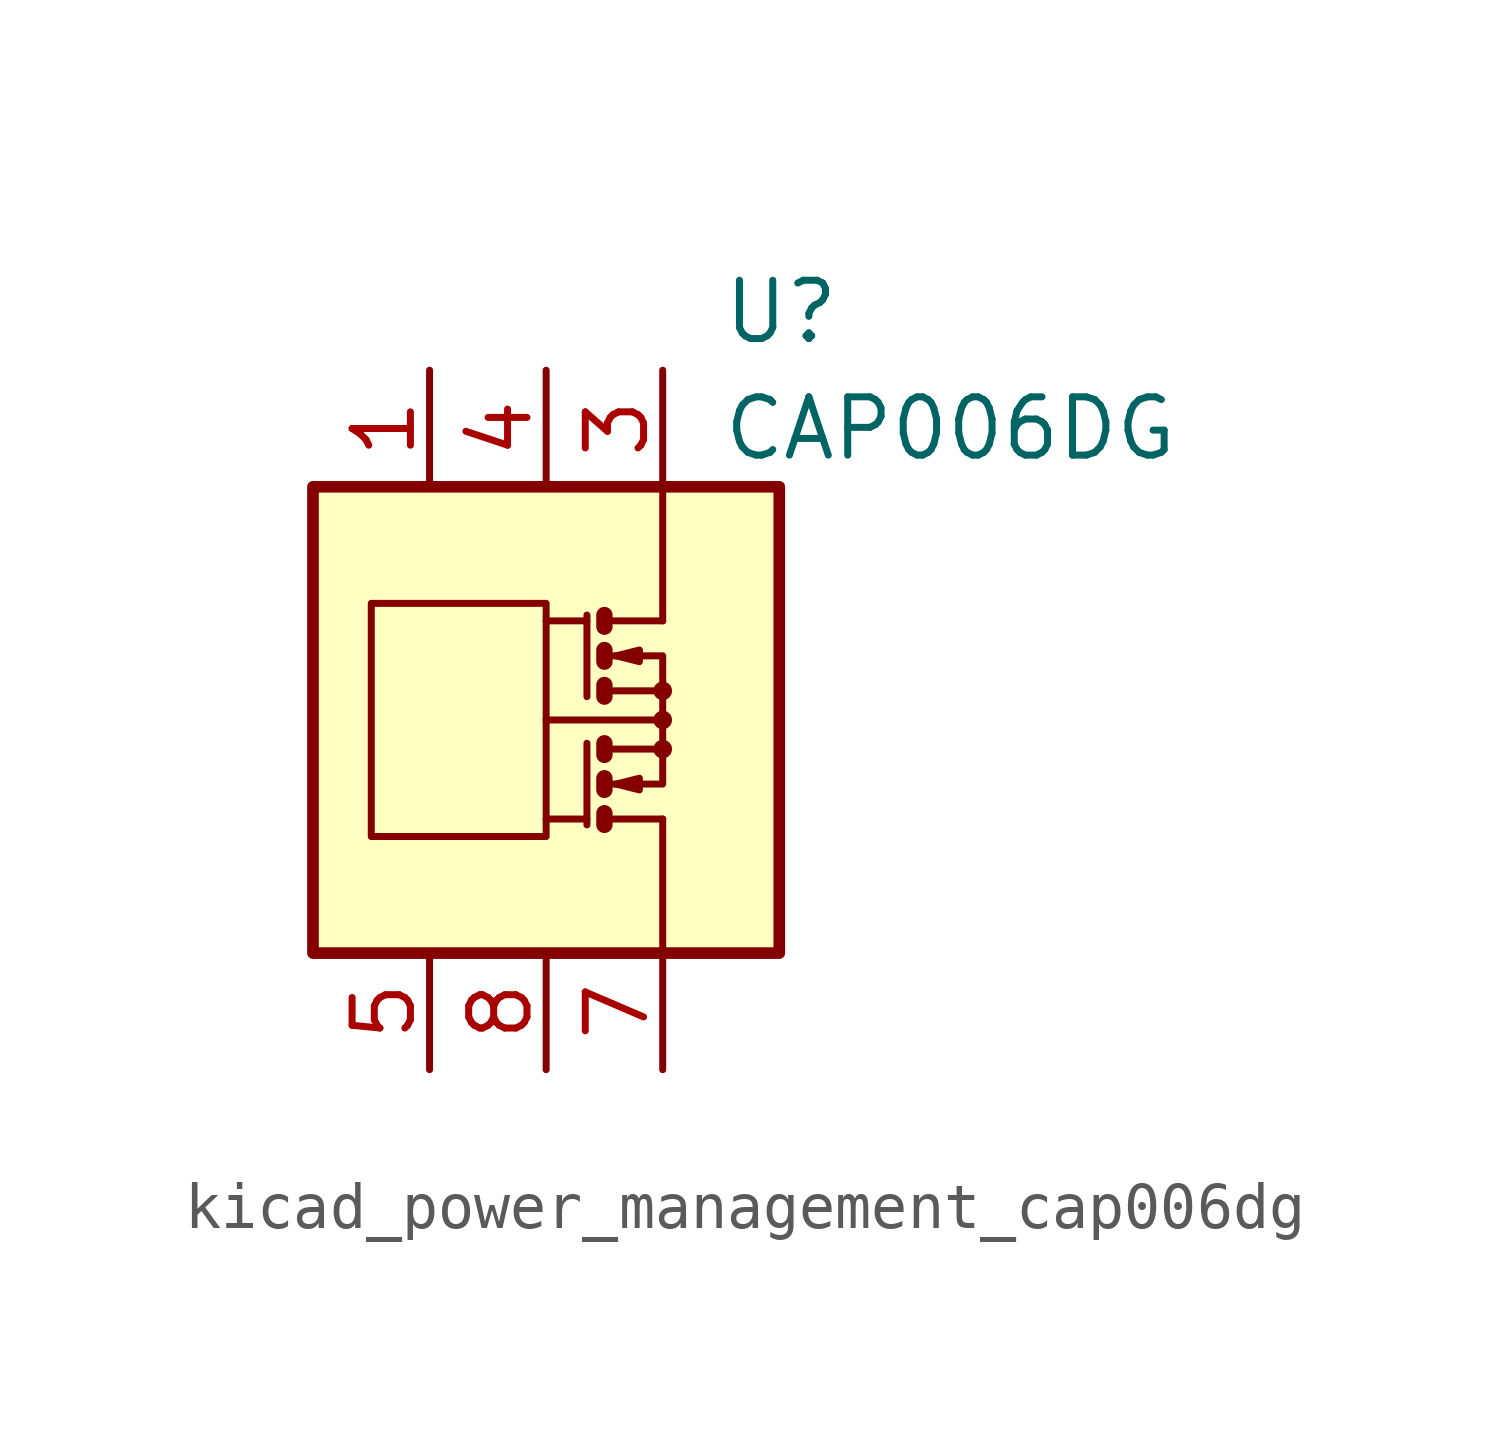
<source format=kicad_sym>
(kicad_symbol_lib
  (version 20220914)
  (generator kicad_symbol_editor)
  (symbol "kicad_power_management_cap006dg"
    (pin_names
      (offset 1.27))
    (property "Reference" "U"
      (at 3.81 8.89 0)
      (effects (font (size 1.27 1.27)) (justify left)))
    (property "Value" "CAP006DG"
      (at 3.81 6.35 0)
      (effects (font (size 1.27 1.27)) (justify left)))
    (symbol "kicad_power_management_cap006dg_0_1"
      (rectangle (start -5.08 5.08) (end 5.08 -5.08) (stroke (width 0.254) (type default)) (fill (type background)))
      (rectangle (start -3.81 2.54) (end 0 -2.54) (stroke (width 0) (type default)) (fill (type none)))
      (polyline (pts (xy 0.889 -2.159) (xy 0 -2.159)) (stroke (width 0) (type default)) (fill (type none)))
      (polyline (pts (xy 0.889 -0.508) (xy 0.889 -2.286)) (stroke (width 0) (type default)) (fill (type none)))
      (polyline (pts (xy 0.889 2.159) (xy 0 2.159)) (stroke (width 0) (type default)) (fill (type none)))
      (polyline (pts (xy 0.889 2.286) (xy 0.889 0.508)) (stroke (width 0) (type default)) (fill (type none)))
      (polyline (pts (xy 1.27 -2.159) (xy 2.54 -2.159)) (stroke (width 0) (type default)) (fill (type none)))
      (polyline (pts (xy 1.27 2.159) (xy 2.54 2.159)) (stroke (width 0) (type default)) (fill (type none)))
      (polyline (pts (xy 2.413 0) (xy 0 0)) (stroke (width 0) (type default)) (fill (type none)))
      (polyline (pts (xy 2.54 -2.159) (xy 2.54 -5.08)) (stroke (width 0) (type default)) (fill (type none)))
      (polyline (pts (xy 1.27 -2.032) (xy 1.27 -2.286) (xy 1.27 -2.286)) (stroke (width 0.356) (type default)) (fill (type none)))
      (polyline (pts (xy 1.27 -1.27) (xy 1.27 -1.524) (xy 1.27 -1.524)) (stroke (width 0.356) (type default)) (fill (type none)))
      (polyline (pts (xy 1.27 0.762) (xy 1.27 0.508) (xy 1.27 0.508)) (stroke (width 0.356) (type default)) (fill (type none)))
      (polyline (pts (xy 1.27 1.524) (xy 1.27 1.27) (xy 1.27 1.27)) (stroke (width 0.356) (type default)) (fill (type none)))
      (polyline (pts (xy 1.27 2.286) (xy 1.27 2.032) (xy 1.27 2.032)) (stroke (width 0.356) (type default)) (fill (type none)))
      (polyline (pts (xy 1.397 -1.397) (xy 2.54 -1.397) (xy 2.54 -0.635)) (stroke (width 0) (type default)) (fill (type none)))
      (polyline (pts (xy 1.397 1.397) (xy 2.54 1.397) (xy 2.54 0.635)) (stroke (width 0) (type default)) (fill (type none)))
      (polyline (pts (xy 2.54 2.159) (xy 2.54 5.08) (xy 2.54 3.175)) (stroke (width 0) (type default)) (fill (type none)))
      (polyline (pts (xy 1.397 -0.635) (xy 2.54 -0.635) (xy 2.54 0.635) (xy 1.397 0.635)) (stroke (width 0) (type default)) (fill (type none)))
      (polyline (pts (xy 1.524 -1.397) (xy 2.032 -1.27) (xy 2.032 -1.524) (xy 1.524 -1.397)) (stroke (width 0) (type default)) (fill (type none)))
      (polyline (pts (xy 1.524 1.397) (xy 2.032 1.524) (xy 2.032 1.27) (xy 1.524 1.397)) (stroke (width 0) (type default)) (fill (type none)))
      (circle (center 2.54 -0.635) (radius 0.127) (stroke (width 0) (type default)) (fill (type none)))
      (circle (center 2.54 0) (radius 0.127) (stroke (width 0) (type default)) (fill (type none)))
      (circle (center 2.54 0.635) (radius 0.127) (stroke (width 0) (type default)) (fill (type none))))
    (symbol "kicad_power_management_cap006dg_1_1"
      (polyline (pts (xy 1.27 -0.508) (xy 1.27 -0.762)) (stroke (width 0.356) (type default)) (fill (type none)))
      (pin passive line (at -2.54 7.62 270) (length 2.54) (name "~" (effects (font (size 1.27 1.27)))) (number "1" (effects (font (size 1.27 1.27)))))
      (pin passive line (at 2.54 7.62 270) (length 2.54) hide (name "~" (effects (font (size 1.27 1.27)))) (number "2" (effects (font (size 1.27 1.27)))))
      (pin passive line (at 2.54 7.62 270) (length 2.54) (name "~" (effects (font (size 1.27 1.27)))) (number "3" (effects (font (size 1.27 1.27)))))
      (pin passive line (at 0 7.62 270) (length 2.54) (name "~" (effects (font (size 1.27 1.27)))) (number "4" (effects (font (size 1.27 1.27)))))
      (pin passive line (at -2.54 -7.62 90) (length 2.54) (name "~" (effects (font (size 1.27 1.27)))) (number "5" (effects (font (size 1.27 1.27)))))
      (pin passive line (at 2.54 -7.62 90) (length 2.54) hide (name "~" (effects (font (size 1.27 1.27)))) (number "6" (effects (font (size 1.27 1.27)))))
      (pin passive line (at 2.54 -7.62 90) (length 2.54) (name "~" (effects (font (size 1.27 1.27)))) (number "7" (effects (font (size 1.27 1.27)))))
      (pin passive line (at 0 -7.62 90) (length 2.54) (name "~" (effects (font (size 1.27 1.27)))) (number "8" (effects (font (size 1.27 1.27))))))))
</source>
